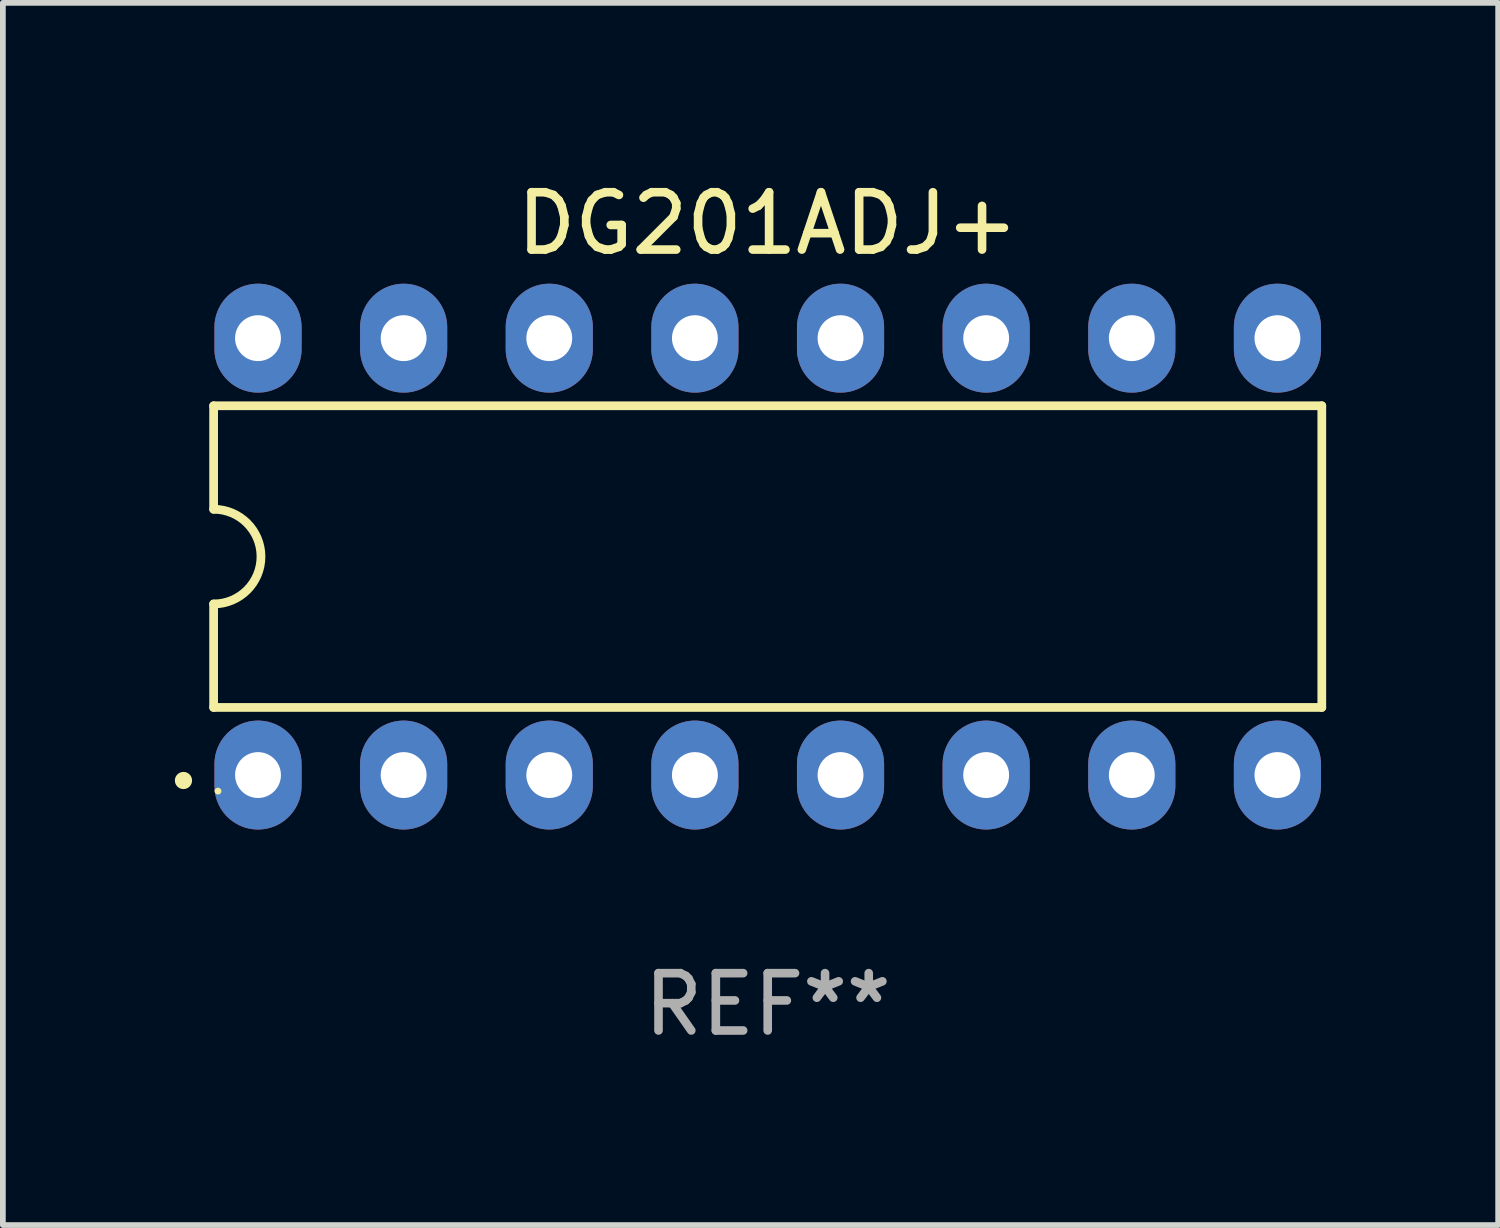
<source format=kicad_pcb>
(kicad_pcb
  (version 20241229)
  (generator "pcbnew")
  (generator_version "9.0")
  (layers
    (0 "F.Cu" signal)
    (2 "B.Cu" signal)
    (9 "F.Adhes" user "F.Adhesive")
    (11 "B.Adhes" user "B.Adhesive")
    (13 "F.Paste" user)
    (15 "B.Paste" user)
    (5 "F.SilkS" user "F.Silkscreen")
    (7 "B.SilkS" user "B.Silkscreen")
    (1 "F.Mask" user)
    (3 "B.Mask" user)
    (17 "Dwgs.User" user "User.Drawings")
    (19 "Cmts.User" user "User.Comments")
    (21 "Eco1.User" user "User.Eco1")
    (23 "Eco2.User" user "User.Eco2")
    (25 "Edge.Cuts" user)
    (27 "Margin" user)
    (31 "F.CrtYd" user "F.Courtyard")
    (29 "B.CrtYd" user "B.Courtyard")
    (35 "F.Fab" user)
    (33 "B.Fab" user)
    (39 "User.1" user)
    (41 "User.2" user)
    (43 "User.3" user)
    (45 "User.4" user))
  (footprint "DG201ADJ+"
    (layer "F.Cu")
    (at 10.34 6.658)
    (property "Reference" "DG201ADJ+" (at 0 -5.81 0) (layer "F.SilkS") (effects (font (size 1 1) (thickness 0.15))))
    (attr through_hole)
    (fp_line (start -9.664 -2.631) (end -9.664 -0.826) (stroke (width 0.152) (type solid)) (layer "F.SilkS"))
    (fp_line (start -9.664 0.826) (end -9.664 2.631) (stroke (width 0.152) (type solid)) (layer "F.SilkS"))
    (fp_line (start -9.664 2.631) (end 9.664 2.631) (stroke (width 0.152) (type solid)) (layer "F.SilkS"))
    (fp_line (start 9.664 -2.631) (end -9.664 -2.631) (stroke (width 0.152) (type solid)) (layer "F.SilkS"))
    (fp_line (start 9.664 2.631) (end 9.664 -2.631) (stroke (width 0.152) (type solid)) (layer "F.SilkS"))
    (fp_arc (start -9.663701 -0.825626) (mid -8.838075 0) (end -9.663701 0.825626) (stroke (width 0.1524) (type solid)) (layer "F.SilkS"))
    (fp_circle (center -10.19 3.905) (end -10.115 3.905) (stroke (width 0.15) (type solid)) (fill no) (layer "F.SilkS"))
    (fp_circle (center -9.588 4.09) (end -9.558 4.09) (stroke (width 0.06) (type solid)) (fill no) (layer "F.SilkS"))
    (fp_text user "REF**" (at 0 7.81 0) (layer "F.Fab") (effects (font (size 1 1) (thickness 0.15))))
    (pad "1" thru_hole oval (at -8.89 3.81) (size 1.52 1.9) (drill 0.8) (layers "*.Cu" "*.Mask"))
    (pad "2" thru_hole oval (at -6.35 3.81) (size 1.52 1.9) (drill 0.8) (layers "*.Cu" "*.Mask"))
    (pad "3" thru_hole oval (at -3.81 3.81) (size 1.52 1.9) (drill 0.8) (layers "*.Cu" "*.Mask"))
    (pad "4" thru_hole oval (at -1.27 3.81) (size 1.52 1.9) (drill 0.8) (layers "*.Cu" "*.Mask"))
    (pad "5" thru_hole oval (at 1.27 3.81) (size 1.52 1.9) (drill 0.8) (layers "*.Cu" "*.Mask"))
    (pad "6" thru_hole oval (at 3.81 3.81) (size 1.52 1.9) (drill 0.8) (layers "*.Cu" "*.Mask"))
    (pad "7" thru_hole oval (at 6.35 3.81) (size 1.52 1.9) (drill 0.8) (layers "*.Cu" "*.Mask"))
    (pad "8" thru_hole oval (at 8.89 3.81) (size 1.52 1.9) (drill 0.8) (layers "*.Cu" "*.Mask"))
    (pad "9" thru_hole oval (at 8.89 -3.81) (size 1.52 1.9) (drill 0.8) (layers "*.Cu" "*.Mask"))
    (pad "10" thru_hole oval (at 6.35 -3.81) (size 1.52 1.9) (drill 0.8) (layers "*.Cu" "*.Mask"))
    (pad "11" thru_hole oval (at 3.81 -3.81) (size 1.52 1.9) (drill 0.8) (layers "*.Cu" "*.Mask"))
    (pad "12" thru_hole oval (at 1.27 -3.81) (size 1.52 1.9) (drill 0.8) (layers "*.Cu" "*.Mask"))
    (pad "13" thru_hole oval (at -1.27 -3.81) (size 1.52 1.9) (drill 0.8) (layers "*.Cu" "*.Mask"))
    (pad "14" thru_hole oval (at -3.81 -3.81) (size 1.52 1.9) (drill 0.8) (layers "*.Cu" "*.Mask"))
    (pad "15" thru_hole oval (at -6.35 -3.81) (size 1.52 1.9) (drill 0.8) (layers "*.Cu" "*.Mask"))
    (pad "16" thru_hole oval (at -8.89 -3.81) (size 1.52 1.9) (drill 0.8) (layers "*.Cu" "*.Mask")))
  (gr_rect
    (start -3 -3)
    (end 23.08 18.317)
    (stroke (width 0.1) (type default))
    (fill no)
    (layer "Edge.Cuts")))
</source>
